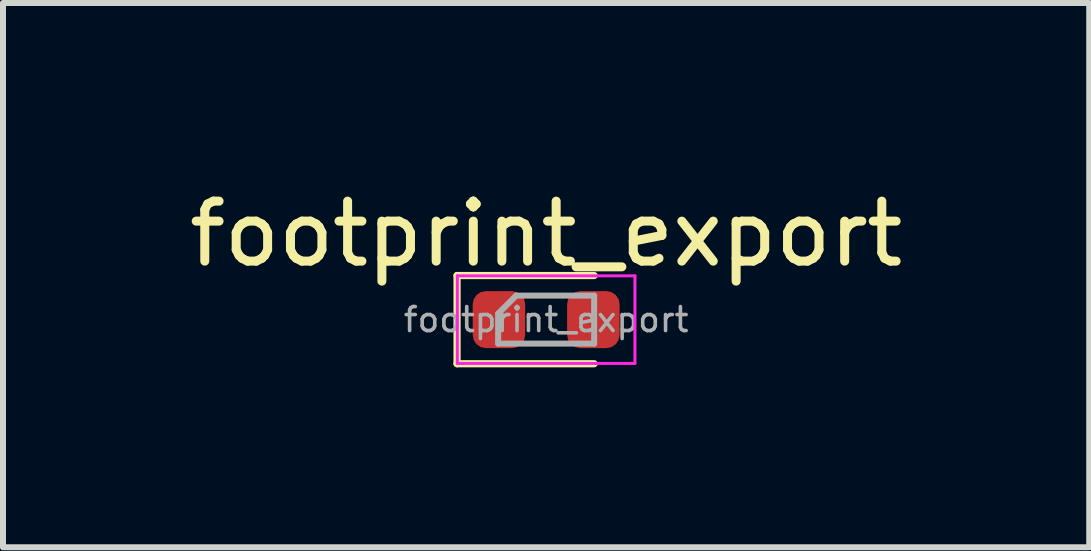
<source format=kicad_pcb>
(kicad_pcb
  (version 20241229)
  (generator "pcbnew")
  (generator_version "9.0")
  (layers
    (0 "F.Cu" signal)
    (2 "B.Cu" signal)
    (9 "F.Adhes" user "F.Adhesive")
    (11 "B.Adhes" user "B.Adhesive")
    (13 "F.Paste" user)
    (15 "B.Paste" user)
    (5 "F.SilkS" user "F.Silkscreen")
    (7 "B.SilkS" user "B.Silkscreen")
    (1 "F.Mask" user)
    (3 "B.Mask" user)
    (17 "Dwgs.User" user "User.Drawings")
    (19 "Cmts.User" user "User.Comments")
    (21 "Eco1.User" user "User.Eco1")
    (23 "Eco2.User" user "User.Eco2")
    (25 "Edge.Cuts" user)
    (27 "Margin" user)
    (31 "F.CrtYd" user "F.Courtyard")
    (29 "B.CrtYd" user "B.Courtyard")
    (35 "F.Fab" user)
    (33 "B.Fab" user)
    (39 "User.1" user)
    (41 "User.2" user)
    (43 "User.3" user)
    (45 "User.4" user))
  (footprint "footprint_export"
    (layer "F.Cu")
    (at 6.054 2.278)
    (property "Reference" "footprint_export" (at 0 -1.43 0) (layer "F.SilkS") (effects (font (size 1 1) (thickness 0.15))))
    (attr smd)
    (fp_line (start -1.485 -0.735) (end -1.485 0.735) (stroke (width 0.12) (type solid)) (layer "F.SilkS"))
    (fp_line (start -1.485 0.735) (end 0.8 0.735) (stroke (width 0.12) (type solid)) (layer "F.SilkS"))
    (fp_line (start 0.8 -0.735) (end -1.485 -0.735) (stroke (width 0.12) (type solid)) (layer "F.SilkS"))
    (fp_line (start -1.48 -0.73) (end 1.48 -0.73) (stroke (width 0.05) (type solid)) (layer "F.CrtYd"))
    (fp_line (start -1.48 0.73) (end -1.48 -0.73) (stroke (width 0.05) (type solid)) (layer "F.CrtYd"))
    (fp_line (start 1.48 -0.73) (end 1.48 0.73) (stroke (width 0.05) (type solid)) (layer "F.CrtYd"))
    (fp_line (start 1.48 0.73) (end -1.48 0.73) (stroke (width 0.05) (type solid)) (layer "F.CrtYd"))
    (fp_line (start -0.8 -0.1) (end -0.8 0.4) (stroke (width 0.1) (type solid)) (layer "F.Fab"))
    (fp_line (start -0.8 0.4) (end 0.8 0.4) (stroke (width 0.1) (type solid)) (layer "F.Fab"))
    (fp_line (start -0.5 -0.4) (end -0.8 -0.1) (stroke (width 0.1) (type solid)) (layer "F.Fab"))
    (fp_line (start 0.8 -0.4) (end -0.5 -0.4) (stroke (width 0.1) (type solid)) (layer "F.Fab"))
    (fp_line (start 0.8 0.4) (end 0.8 -0.4) (stroke (width 0.1) (type solid)) (layer "F.Fab"))
    (fp_text user "${REFERENCE}" (at 0 0 0) (layer "F.Fab") (effects (font (size 0.4 0.4) (thickness 0.06))))
    (pad "1" smd roundrect (at -0.787 0) (size 0.875 0.95) (layers "F.Cu" "F.Mask" "F.Paste") (roundrect_rratio 0.25))
    (pad "2" smd roundrect (at 0.787 0) (size 0.875 0.95) (layers "F.Cu" "F.Mask" "F.Paste") (roundrect_rratio 0.25)))
  (gr_rect
    (start -3 -3)
    (end 15.107 6.073)
    (stroke (width 0.1) (type default))
    (fill no)
    (layer "Edge.Cuts")))
</source>
